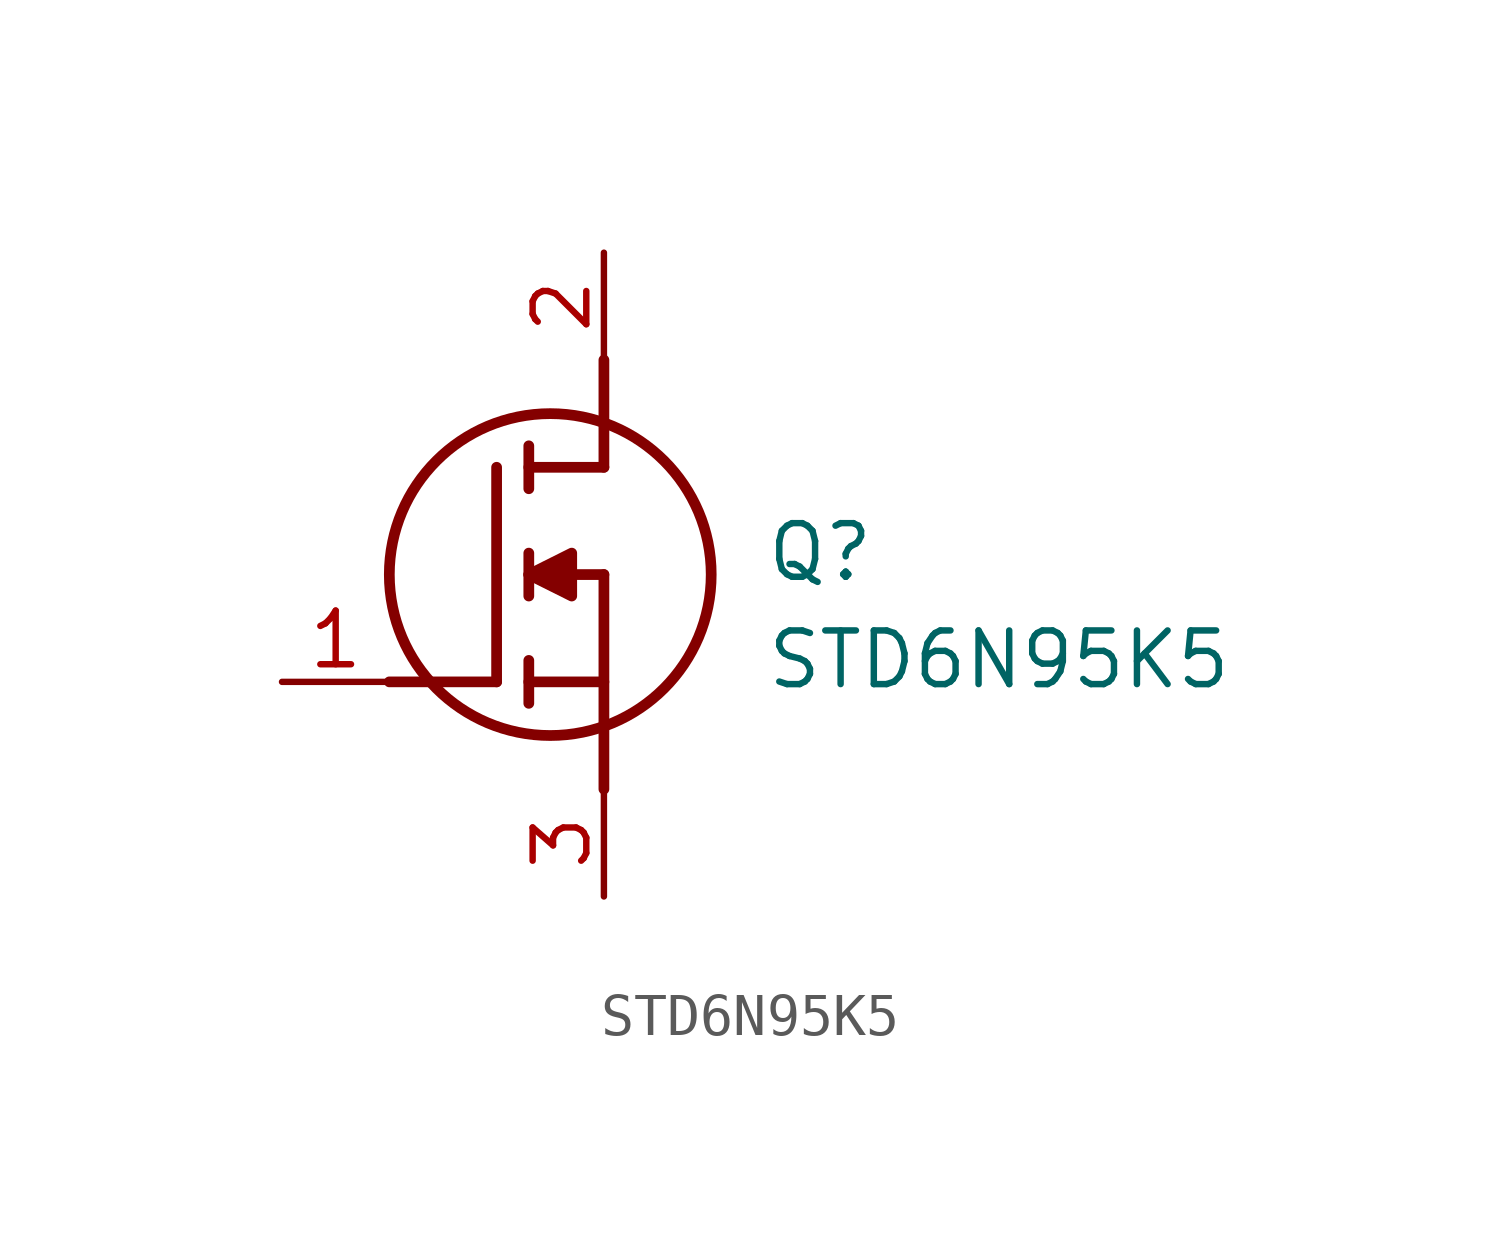
<source format=kicad_sym>
(kicad_symbol_lib
  (version 20211014)
  (generator SamacSys_ECAD_Model)
  (symbol "STD6N95K5"
    (pin_names hide)
    (property "Reference" "Q"
      (at 11.43 3.81 0)
      (effects (font (size 1.27 1.27)) (justify left top)))
    (property "Value" "STD6N95K5"
      (at 11.43 1.27 0)
      (effects (font (size 1.27 1.27)) (justify left top)))
    (polyline
      (pts (xy 7.62 2.54) (xy 7.62 -2.54))
      (stroke (width 0.254) (type default))
      (fill (type none)))
    (polyline
      (pts (xy 7.62 5.08) (xy 7.62 7.62))
      (stroke (width 0.254) (type default))
      (fill (type none)))
    (polyline
      (pts (xy 2.54 0) (xy 5.08 0))
      (stroke (width 0.254) (type default))
      (fill (type none)))
    (polyline
      (pts (xy 5.08 5.08) (xy 5.08 0))
      (stroke (width 0.254) (type default))
      (fill (type none)))
    (polyline
      (pts (xy 7.62 2.54) (xy 5.842 2.54))
      (stroke (width 0.254) (type default))
      (fill (type none)))
    (polyline
      (pts (xy 7.62 5.08) (xy 5.842 5.08))
      (stroke (width 0.254) (type default))
      (fill (type none)))
    (polyline
      (pts (xy 5.842 0) (xy 7.62 0))
      (stroke (width 0.254) (type default))
      (fill (type none)))
    (polyline
      (pts (xy 5.842 5.588) (xy 5.842 4.572))
      (stroke (width 0.254) (type default))
      (fill (type none)))
    (polyline
      (pts (xy 5.842 -0.508) (xy 5.842 0.508))
      (stroke (width 0.254) (type default))
      (fill (type none)))
    (polyline
      (pts (xy 5.842 2.032) (xy 5.842 3.048))
      (stroke (width 0.254) (type default))
      (fill (type none)))
    (circle
      (center 6.35 2.54)
      (radius 3.81)
      (stroke (width 0.254) (type default))
      (fill (type none)))
    (polyline
      (pts (xy 5.842 2.54) (xy 6.858 3.048) (xy 6.858 2.032) (xy 5.842 2.54))
      (stroke (width 0.254) (type default))
      (fill (type outline)))
    (pin passive line
      (at 0 0 0)
      (length 2.54)
      (name "G" (effects (font (size 1.27 1.27))))
      (number "1" (effects (font (size 1.27 1.27)))))
    (pin passive line
      (at 7.62 10.16 270)
      (length 2.54)
      (name "D" (effects (font (size 1.27 1.27))))
      (number "2" (effects (font (size 1.27 1.27)))))
    (pin passive line
      (at 7.62 -5.08 90)
      (length 2.54)
      (name "S" (effects (font (size 1.27 1.27))))
      (number "3" (effects (font (size 1.27 1.27)))))))
</source>
